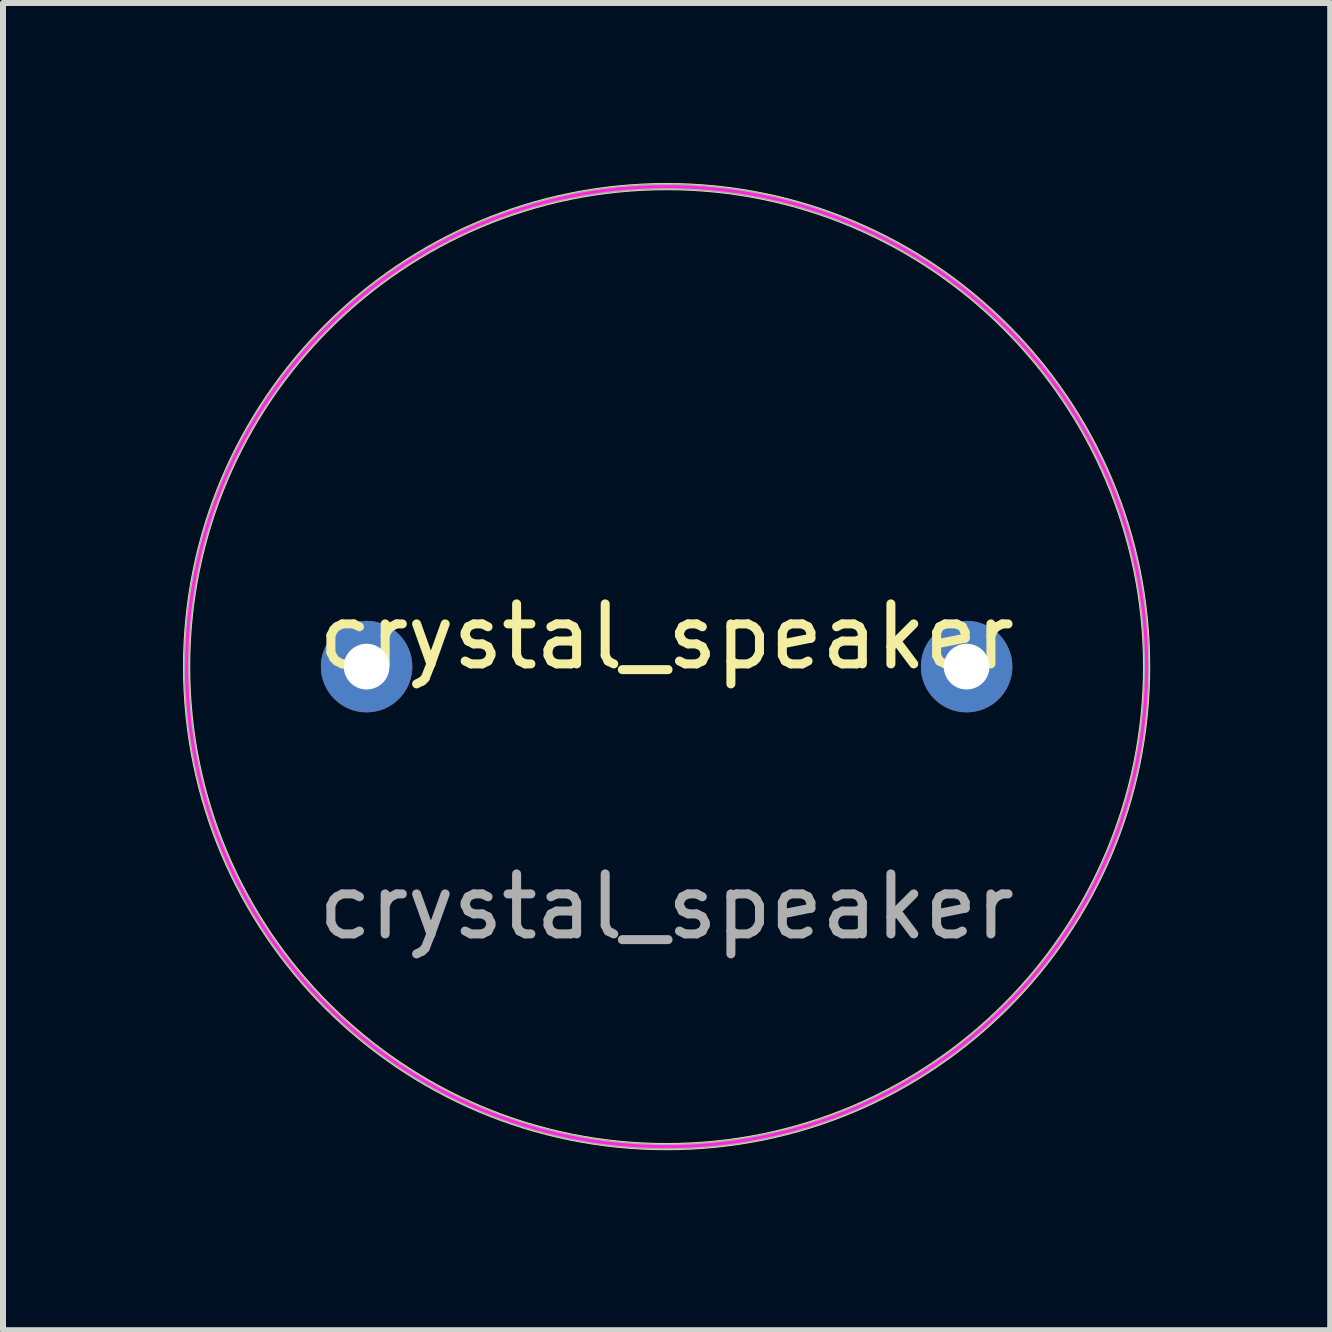
<source format=kicad_pcb>
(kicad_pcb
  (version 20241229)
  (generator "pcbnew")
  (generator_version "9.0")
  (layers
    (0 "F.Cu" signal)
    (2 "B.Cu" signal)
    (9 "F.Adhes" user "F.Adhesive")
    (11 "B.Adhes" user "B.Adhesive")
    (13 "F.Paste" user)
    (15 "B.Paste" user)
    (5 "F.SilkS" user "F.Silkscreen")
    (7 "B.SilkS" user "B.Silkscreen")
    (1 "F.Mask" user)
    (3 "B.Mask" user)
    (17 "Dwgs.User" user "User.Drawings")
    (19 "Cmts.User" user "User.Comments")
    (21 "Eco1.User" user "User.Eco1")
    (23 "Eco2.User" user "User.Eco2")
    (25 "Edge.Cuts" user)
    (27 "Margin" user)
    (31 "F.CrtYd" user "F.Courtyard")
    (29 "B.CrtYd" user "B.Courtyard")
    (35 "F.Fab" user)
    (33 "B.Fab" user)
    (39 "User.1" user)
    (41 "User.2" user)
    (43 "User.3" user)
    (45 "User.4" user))
  (footprint "crystal_speaker"
    (layer "F.Cu")
    (at 8.06 8.06)
    (property "Reference" "crystal_speaker" (at 0 -0.5 0) (unlocked yes) (layer "F.SilkS") (effects (font (size 1 1) (thickness 0.15))))
    (attr through_hole)
    (fp_circle (center 0 0) (end 8 0) (stroke (width 0.12) (type solid)) (fill no) (layer "F.SilkS"))
    (fp_circle (center 0 0) (end 8 0) (stroke (width 0.05) (type solid)) (fill no) (layer "F.CrtYd"))
    (fp_circle (center 0 0) (end 8 0) (stroke (width 0.1) (type solid)) (fill no) (layer "F.Fab"))
    (fp_text user "${REFERENCE}" (at 0 4 0) (unlocked yes) (layer "F.Fab") (effects (font (size 1 1) (thickness 0.15))))
    (pad "1" thru_hole circle (at -5 0) (size 1.524 1.524) (drill 0.762) (layers "*.Cu" "*.Mask"))
    (pad "2" thru_hole circle (at 5 0) (size 1.524 1.524) (drill 0.762) (layers "*.Cu" "*.Mask")))
  (gr_rect
    (start -3 -3)
    (end 19.12 19.12)
    (stroke (width 0.1) (type default))
    (fill no)
    (layer "Edge.Cuts")))
</source>
